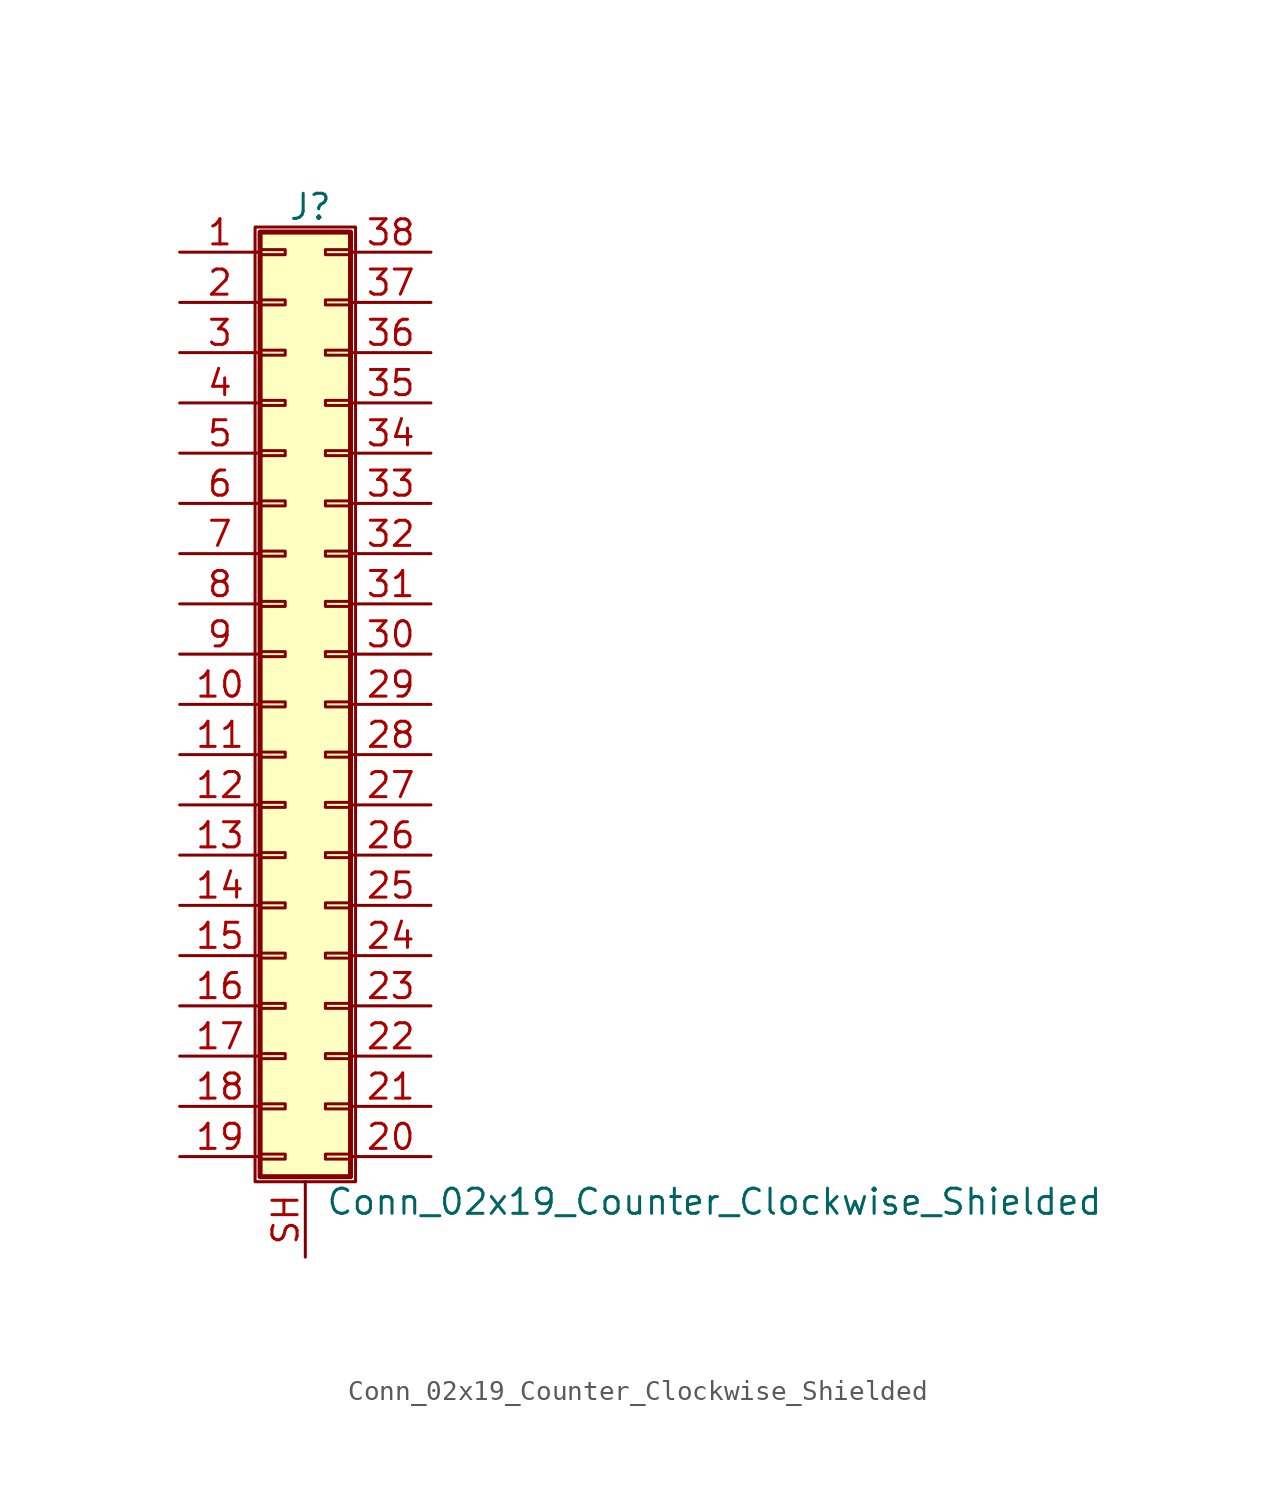
<source format=kicad_sym>
(kicad_symbol_lib
  (version 20220914)
  (generator kicad_symbol_editor)
  (symbol "Conn_02x19_Counter_Clockwise_Shielded"
    (pin_names
      (offset 1.016) hide)
    (property "Reference" "J"
      (at 1.524 25.146 0)
      (effects (font (size 1.27 1.27))))
    (property "Value" "Conn_02x19_Counter_Clockwise_Shielded"
      (at 2.286 -25.146 0)
      (effects (font (size 1.27 1.27)) (justify left)))
    (symbol "Conn_02x19_Counter_Clockwise_Shielded_1_1"
      (rectangle (start -1.27 24.13) (end 3.81 -24.13) (stroke (width 0.152) (type default)) (fill (type none)))
      (rectangle (start -1.016 -22.733) (end 0.254 -22.987) (stroke (width 0.152) (type default)) (fill (type none)))
      (rectangle (start -1.016 -20.193) (end 0.254 -20.447) (stroke (width 0.152) (type default)) (fill (type none)))
      (rectangle (start -1.016 -17.653) (end 0.254 -17.907) (stroke (width 0.152) (type default)) (fill (type none)))
      (rectangle (start -1.016 -15.113) (end 0.254 -15.367) (stroke (width 0.152) (type default)) (fill (type none)))
      (rectangle (start -1.016 -12.573) (end 0.254 -12.827) (stroke (width 0.152) (type default)) (fill (type none)))
      (rectangle (start -1.016 -10.033) (end 0.254 -10.287) (stroke (width 0.152) (type default)) (fill (type none)))
      (rectangle (start -1.016 -7.493) (end 0.254 -7.747) (stroke (width 0.152) (type default)) (fill (type none)))
      (rectangle (start -1.016 -4.953) (end 0.254 -5.207) (stroke (width 0.152) (type default)) (fill (type none)))
      (rectangle (start -1.016 -2.413) (end 0.254 -2.667) (stroke (width 0.152) (type default)) (fill (type none)))
      (rectangle (start -1.016 0.127) (end 0.254 -0.127) (stroke (width 0.152) (type default)) (fill (type none)))
      (rectangle (start -1.016 2.667) (end 0.254 2.413) (stroke (width 0.152) (type default)) (fill (type none)))
      (rectangle (start -1.016 5.207) (end 0.254 4.953) (stroke (width 0.152) (type default)) (fill (type none)))
      (rectangle (start -1.016 7.747) (end 0.254 7.493) (stroke (width 0.152) (type default)) (fill (type none)))
      (rectangle (start -1.016 10.287) (end 0.254 10.033) (stroke (width 0.152) (type default)) (fill (type none)))
      (rectangle (start -1.016 12.827) (end 0.254 12.573) (stroke (width 0.152) (type default)) (fill (type none)))
      (rectangle (start -1.016 15.367) (end 0.254 15.113) (stroke (width 0.152) (type default)) (fill (type none)))
      (rectangle (start -1.016 17.907) (end 0.254 17.653) (stroke (width 0.152) (type default)) (fill (type none)))
      (rectangle (start -1.016 20.447) (end 0.254 20.193) (stroke (width 0.152) (type default)) (fill (type none)))
      (rectangle (start -1.016 22.987) (end 0.254 22.733) (stroke (width 0.152) (type default)) (fill (type none)))
      (rectangle (start -1.016 23.876) (end 3.556 -23.876) (stroke (width 0.254) (type default)) (fill (type background)))
      (rectangle (start 3.556 -22.733) (end 2.286 -22.987) (stroke (width 0.152) (type default)) (fill (type none)))
      (rectangle (start 3.556 -20.193) (end 2.286 -20.447) (stroke (width 0.152) (type default)) (fill (type none)))
      (rectangle (start 3.556 -17.653) (end 2.286 -17.907) (stroke (width 0.152) (type default)) (fill (type none)))
      (rectangle (start 3.556 -15.113) (end 2.286 -15.367) (stroke (width 0.152) (type default)) (fill (type none)))
      (rectangle (start 3.556 -12.573) (end 2.286 -12.827) (stroke (width 0.152) (type default)) (fill (type none)))
      (rectangle (start 3.556 -10.033) (end 2.286 -10.287) (stroke (width 0.152) (type default)) (fill (type none)))
      (rectangle (start 3.556 -7.493) (end 2.286 -7.747) (stroke (width 0.152) (type default)) (fill (type none)))
      (rectangle (start 3.556 -4.953) (end 2.286 -5.207) (stroke (width 0.152) (type default)) (fill (type none)))
      (rectangle (start 3.556 -2.413) (end 2.286 -2.667) (stroke (width 0.152) (type default)) (fill (type none)))
      (rectangle (start 3.556 0.127) (end 2.286 -0.127) (stroke (width 0.152) (type default)) (fill (type none)))
      (rectangle (start 3.556 2.667) (end 2.286 2.413) (stroke (width 0.152) (type default)) (fill (type none)))
      (rectangle (start 3.556 5.207) (end 2.286 4.953) (stroke (width 0.152) (type default)) (fill (type none)))
      (rectangle (start 3.556 7.747) (end 2.286 7.493) (stroke (width 0.152) (type default)) (fill (type none)))
      (rectangle (start 3.556 10.287) (end 2.286 10.033) (stroke (width 0.152) (type default)) (fill (type none)))
      (rectangle (start 3.556 12.827) (end 2.286 12.573) (stroke (width 0.152) (type default)) (fill (type none)))
      (rectangle (start 3.556 15.367) (end 2.286 15.113) (stroke (width 0.152) (type default)) (fill (type none)))
      (rectangle (start 3.556 17.907) (end 2.286 17.653) (stroke (width 0.152) (type default)) (fill (type none)))
      (rectangle (start 3.556 20.447) (end 2.286 20.193) (stroke (width 0.152) (type default)) (fill (type none)))
      (rectangle (start 3.556 22.987) (end 2.286 22.733) (stroke (width 0.152) (type default)) (fill (type none)))
      (pin passive line (at -5.08 22.86 0) (length 4.064) (name "Pin_1" (effects (font (size 1.27 1.27)))) (number "1" (effects (font (size 1.27 1.27)))))
      (pin passive line (at -5.08 0 0) (length 4.064) (name "Pin_10" (effects (font (size 1.27 1.27)))) (number "10" (effects (font (size 1.27 1.27)))))
      (pin passive line (at -5.08 -2.54 0) (length 4.064) (name "Pin_11" (effects (font (size 1.27 1.27)))) (number "11" (effects (font (size 1.27 1.27)))))
      (pin passive line (at -5.08 -5.08 0) (length 4.064) (name "Pin_12" (effects (font (size 1.27 1.27)))) (number "12" (effects (font (size 1.27 1.27)))))
      (pin passive line (at -5.08 -7.62 0) (length 4.064) (name "Pin_13" (effects (font (size 1.27 1.27)))) (number "13" (effects (font (size 1.27 1.27)))))
      (pin passive line (at -5.08 -10.16 0) (length 4.064) (name "Pin_14" (effects (font (size 1.27 1.27)))) (number "14" (effects (font (size 1.27 1.27)))))
      (pin passive line (at -5.08 -12.7 0) (length 4.064) (name "Pin_15" (effects (font (size 1.27 1.27)))) (number "15" (effects (font (size 1.27 1.27)))))
      (pin passive line (at -5.08 -15.24 0) (length 4.064) (name "Pin_16" (effects (font (size 1.27 1.27)))) (number "16" (effects (font (size 1.27 1.27)))))
      (pin passive line (at -5.08 -17.78 0) (length 4.064) (name "Pin_17" (effects (font (size 1.27 1.27)))) (number "17" (effects (font (size 1.27 1.27)))))
      (pin passive line (at -5.08 -20.32 0) (length 4.064) (name "Pin_18" (effects (font (size 1.27 1.27)))) (number "18" (effects (font (size 1.27 1.27)))))
      (pin passive line (at -5.08 -22.86 0) (length 4.064) (name "Pin_19" (effects (font (size 1.27 1.27)))) (number "19" (effects (font (size 1.27 1.27)))))
      (pin passive line (at -5.08 20.32 0) (length 4.064) (name "Pin_2" (effects (font (size 1.27 1.27)))) (number "2" (effects (font (size 1.27 1.27)))))
      (pin passive line (at 7.62 -22.86 180) (length 4.064) (name "Pin_20" (effects (font (size 1.27 1.27)))) (number "20" (effects (font (size 1.27 1.27)))))
      (pin passive line (at 7.62 -20.32 180) (length 4.064) (name "Pin_21" (effects (font (size 1.27 1.27)))) (number "21" (effects (font (size 1.27 1.27)))))
      (pin passive line (at 7.62 -17.78 180) (length 4.064) (name "Pin_22" (effects (font (size 1.27 1.27)))) (number "22" (effects (font (size 1.27 1.27)))))
      (pin passive line (at 7.62 -15.24 180) (length 4.064) (name "Pin_23" (effects (font (size 1.27 1.27)))) (number "23" (effects (font (size 1.27 1.27)))))
      (pin passive line (at 7.62 -12.7 180) (length 4.064) (name "Pin_24" (effects (font (size 1.27 1.27)))) (number "24" (effects (font (size 1.27 1.27)))))
      (pin passive line (at 7.62 -10.16 180) (length 4.064) (name "Pin_25" (effects (font (size 1.27 1.27)))) (number "25" (effects (font (size 1.27 1.27)))))
      (pin passive line (at 7.62 -7.62 180) (length 4.064) (name "Pin_26" (effects (font (size 1.27 1.27)))) (number "26" (effects (font (size 1.27 1.27)))))
      (pin passive line (at 7.62 -5.08 180) (length 4.064) (name "Pin_27" (effects (font (size 1.27 1.27)))) (number "27" (effects (font (size 1.27 1.27)))))
      (pin passive line (at 7.62 -2.54 180) (length 4.064) (name "Pin_28" (effects (font (size 1.27 1.27)))) (number "28" (effects (font (size 1.27 1.27)))))
      (pin passive line (at 7.62 0 180) (length 4.064) (name "Pin_29" (effects (font (size 1.27 1.27)))) (number "29" (effects (font (size 1.27 1.27)))))
      (pin passive line (at -5.08 17.78 0) (length 4.064) (name "Pin_3" (effects (font (size 1.27 1.27)))) (number "3" (effects (font (size 1.27 1.27)))))
      (pin passive line (at 7.62 2.54 180) (length 4.064) (name "Pin_30" (effects (font (size 1.27 1.27)))) (number "30" (effects (font (size 1.27 1.27)))))
      (pin passive line (at 7.62 5.08 180) (length 4.064) (name "Pin_31" (effects (font (size 1.27 1.27)))) (number "31" (effects (font (size 1.27 1.27)))))
      (pin passive line (at 7.62 7.62 180) (length 4.064) (name "Pin_32" (effects (font (size 1.27 1.27)))) (number "32" (effects (font (size 1.27 1.27)))))
      (pin passive line (at 7.62 10.16 180) (length 4.064) (name "Pin_33" (effects (font (size 1.27 1.27)))) (number "33" (effects (font (size 1.27 1.27)))))
      (pin passive line (at 7.62 12.7 180) (length 4.064) (name "Pin_34" (effects (font (size 1.27 1.27)))) (number "34" (effects (font (size 1.27 1.27)))))
      (pin passive line (at 7.62 15.24 180) (length 4.064) (name "Pin_35" (effects (font (size 1.27 1.27)))) (number "35" (effects (font (size 1.27 1.27)))))
      (pin passive line (at 7.62 17.78 180) (length 4.064) (name "Pin_36" (effects (font (size 1.27 1.27)))) (number "36" (effects (font (size 1.27 1.27)))))
      (pin passive line (at 7.62 20.32 180) (length 4.064) (name "Pin_37" (effects (font (size 1.27 1.27)))) (number "37" (effects (font (size 1.27 1.27)))))
      (pin passive line (at 7.62 22.86 180) (length 4.064) (name "Pin_38" (effects (font (size 1.27 1.27)))) (number "38" (effects (font (size 1.27 1.27)))))
      (pin passive line (at -5.08 15.24 0) (length 4.064) (name "Pin_4" (effects (font (size 1.27 1.27)))) (number "4" (effects (font (size 1.27 1.27)))))
      (pin passive line (at -5.08 12.7 0) (length 4.064) (name "Pin_5" (effects (font (size 1.27 1.27)))) (number "5" (effects (font (size 1.27 1.27)))))
      (pin passive line (at -5.08 10.16 0) (length 4.064) (name "Pin_6" (effects (font (size 1.27 1.27)))) (number "6" (effects (font (size 1.27 1.27)))))
      (pin passive line (at -5.08 7.62 0) (length 4.064) (name "Pin_7" (effects (font (size 1.27 1.27)))) (number "7" (effects (font (size 1.27 1.27)))))
      (pin passive line (at -5.08 5.08 0) (length 4.064) (name "Pin_8" (effects (font (size 1.27 1.27)))) (number "8" (effects (font (size 1.27 1.27)))))
      (pin passive line (at -5.08 2.54 0) (length 4.064) (name "Pin_9" (effects (font (size 1.27 1.27)))) (number "9" (effects (font (size 1.27 1.27)))))
      (pin passive line (at 1.27 -27.94 90) (length 3.81) (name "Shield" (effects (font (size 1.27 1.27)))) (number "SH" (effects (font (size 1.27 1.27))))))))
</source>
